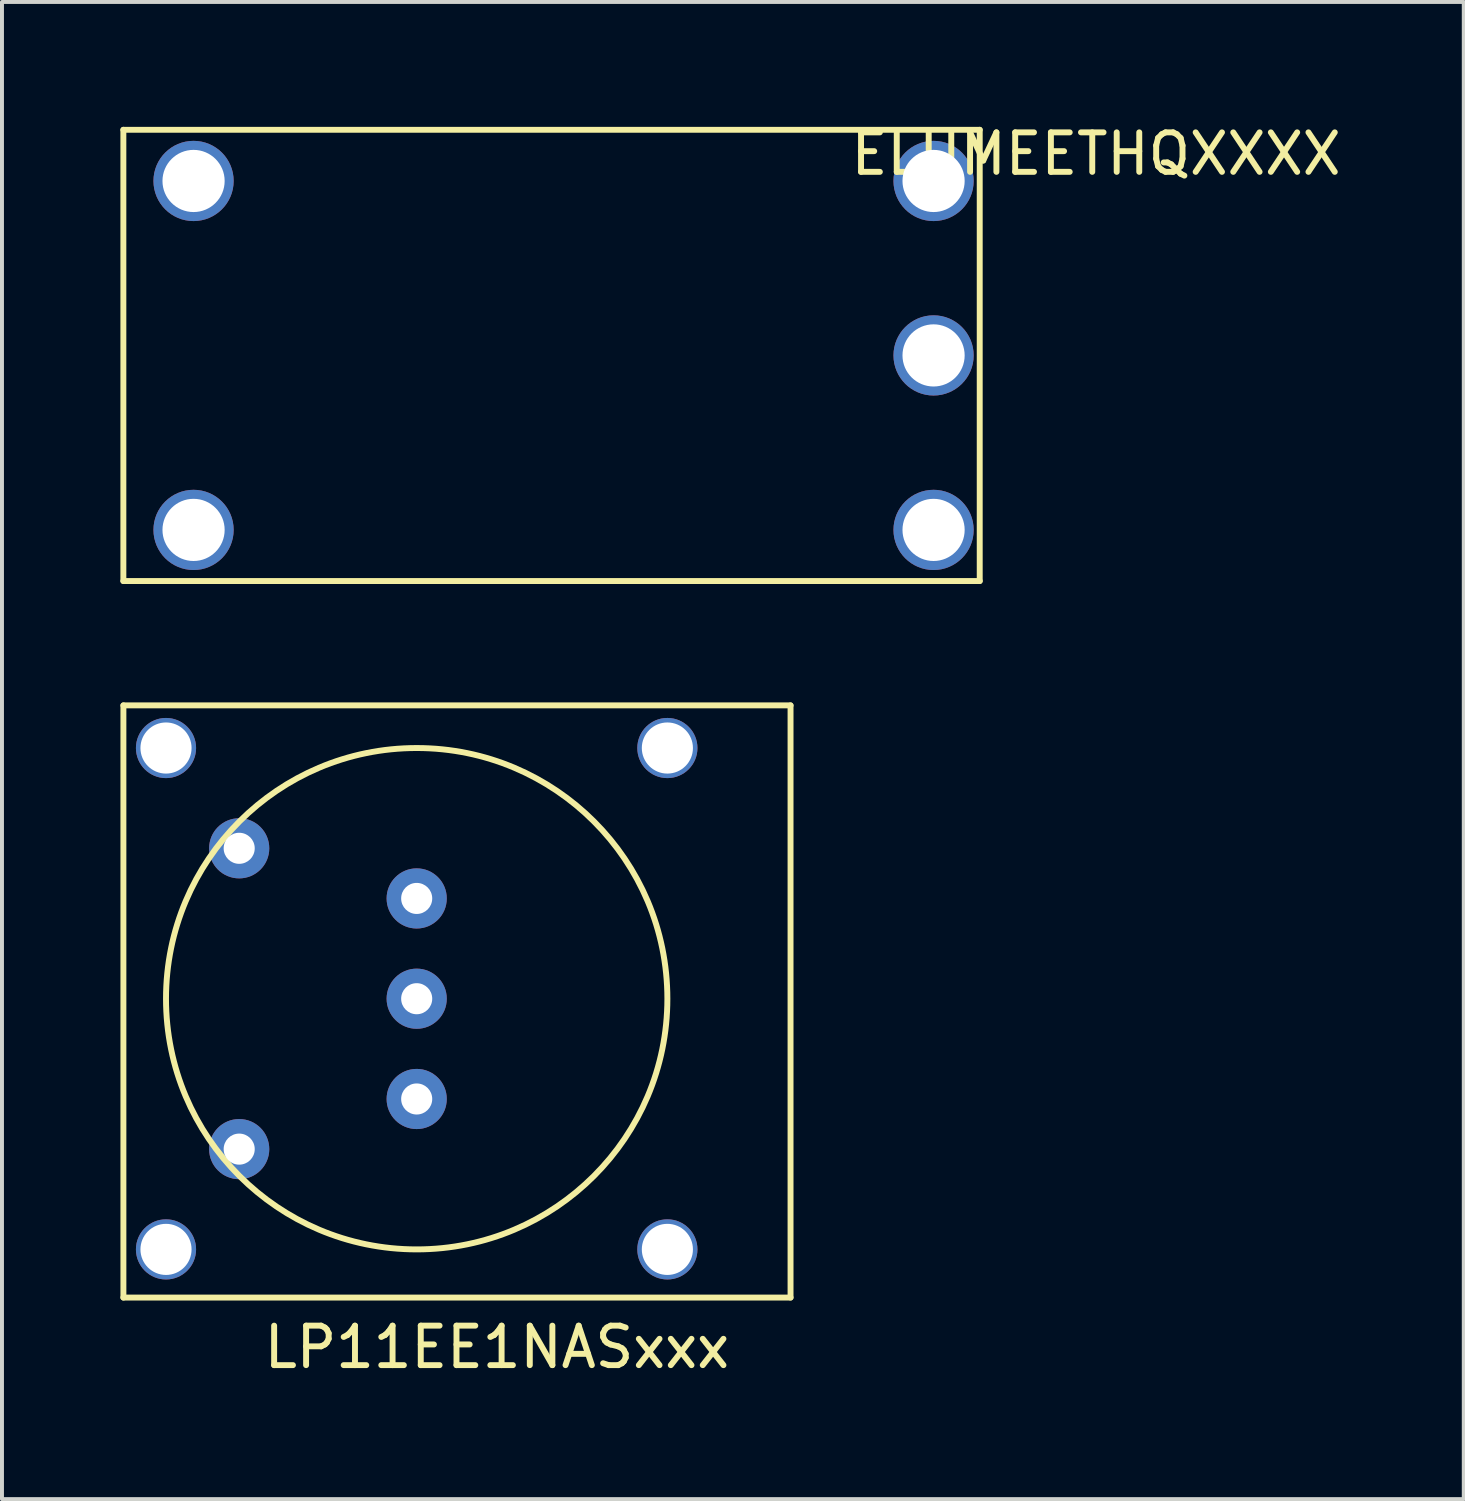
<source format=kicad_pcb>
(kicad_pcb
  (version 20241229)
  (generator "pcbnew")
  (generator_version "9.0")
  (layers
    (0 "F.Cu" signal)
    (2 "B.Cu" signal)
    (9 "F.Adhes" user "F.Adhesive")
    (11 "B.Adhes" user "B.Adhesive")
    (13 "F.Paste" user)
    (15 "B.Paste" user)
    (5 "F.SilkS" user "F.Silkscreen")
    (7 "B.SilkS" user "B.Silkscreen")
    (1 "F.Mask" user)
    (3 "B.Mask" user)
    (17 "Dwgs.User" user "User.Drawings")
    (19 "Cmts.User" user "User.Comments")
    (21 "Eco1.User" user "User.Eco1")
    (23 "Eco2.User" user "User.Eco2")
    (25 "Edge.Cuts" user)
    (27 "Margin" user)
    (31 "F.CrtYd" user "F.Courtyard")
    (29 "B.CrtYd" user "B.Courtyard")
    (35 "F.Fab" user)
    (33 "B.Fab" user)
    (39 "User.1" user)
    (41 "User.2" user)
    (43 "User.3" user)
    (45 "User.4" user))
  (footprint "ELUMEETHQXXXX"
    (layer "F.Cu")
    (at 1.853 10.373)
    (property "Reference" "ELUMEETHQXXXX" (at 22.86 -9.525 0) (layer "F.SilkS") (effects (font (size 1 1) (thickness 0.15))))
    (attr through_hole)
    (fp_line (start -1.778 1.295) (end -1.778 -10.135) (stroke (width 0.15) (type solid)) (layer "F.SilkS"))
    (fp_line (start -1.778 1.295) (end 19.914 1.295) (stroke (width 0.15) (type solid)) (layer "F.SilkS"))
    (fp_line (start 19.914 -10.135) (end -1.778 -10.135) (stroke (width 0.15) (type solid)) (layer "F.SilkS"))
    (fp_line (start 19.914 -10.135) (end 19.914 1.295) (stroke (width 0.15) (type solid)) (layer "F.SilkS"))
    (pad "1" thru_hole circle (at 18.745 0) (size 2.032 2.032) (drill 1.575) (layers "*.Cu" "*.Mask"))
    (pad "2" thru_hole circle (at 18.745 -4.42) (size 2.032 2.032) (drill 1.575) (layers "*.Cu" "*.Mask"))
    (pad "3" thru_hole circle (at 18.745 -8.839) (size 2.032 2.032) (drill 1.575) (layers "*.Cu" "*.Mask"))
    (pad "4" thru_hole circle (at 0 -8.839) (size 2.032 2.032) (drill 1.575) (layers "*.Cu" "*.Mask"))
    (pad "5" thru_hole circle (at 0 0) (size 2.032 2.032) (drill 1.575) (layers "*.Cu" "*.Mask")))
  (footprint "LP11EE1NASxxx"
    (layer "F.Cu")
    (at 1.155 28.598)
    (property "Reference" "LP11EE1NASxxx" (at 8.382 2.477 0) (layer "F.SilkS") (effects (font (size 1 1) (thickness 0.15))))
    (attr through_hole)
    (fp_line (start -1.079 -13.78) (end -1.079 1.22) (stroke (width 0.15) (type solid)) (layer "F.SilkS"))
    (fp_line (start -1.079 -13.78) (end 15.82 -13.78) (stroke (width 0.15) (type solid)) (layer "F.SilkS"))
    (fp_line (start -1.079 1.22) (end 15.82 1.22) (stroke (width 0.15) (type solid)) (layer "F.SilkS"))
    (fp_line (start 15.82 -13.78) (end 15.82 1.22) (stroke (width 0.15) (type solid)) (layer "F.SilkS"))
    (fp_circle (center 6.35 -6.35) (end 12.7 -6.35) (stroke (width 0.15) (type solid)) (fill no) (layer "F.SilkS"))
    (pad "" np_thru_hole circle (at 0 -12.7) (size 1.524 1.524) (drill 1.295) (layers "*.Cu" "*.Mask"))
    (pad "" np_thru_hole circle (at 0 0) (size 1.524 1.524) (drill 1.295) (layers "*.Cu" "*.Mask"))
    (pad "" np_thru_hole circle (at 12.7 -12.7) (size 1.524 1.524) (drill 1.295) (layers "*.Cu" "*.Mask"))
    (pad "" np_thru_hole circle (at 12.7 0) (size 1.524 1.524) (drill 1.295) (layers "*.Cu" "*.Mask"))
    (pad "1" thru_hole circle (at 1.854 -2.54) (size 1.524 1.524) (drill 0.787) (layers "*.Cu" "*.Mask"))
    (pad "2" thru_hole circle (at 1.854 -10.16) (size 1.524 1.524) (drill 0.787) (layers "*.Cu" "*.Mask"))
    (pad "L1" thru_hole circle (at 6.35 -3.81) (size 1.524 1.524) (drill 0.787) (layers "*.Cu" "*.Mask"))
    (pad "L2" thru_hole circle (at 6.35 -8.89) (size 1.524 1.524) (drill 0.787) (layers "*.Cu" "*.Mask"))
    (pad "LC" thru_hole circle (at 6.35 -6.35) (size 1.524 1.524) (drill 0.787) (layers "*.Cu" "*.Mask")))
  (gr_rect
    (start -3 -3)
    (end 34.028 34.923)
    (stroke (width 0.1) (type default))
    (fill no)
    (layer "Edge.Cuts")))
</source>
